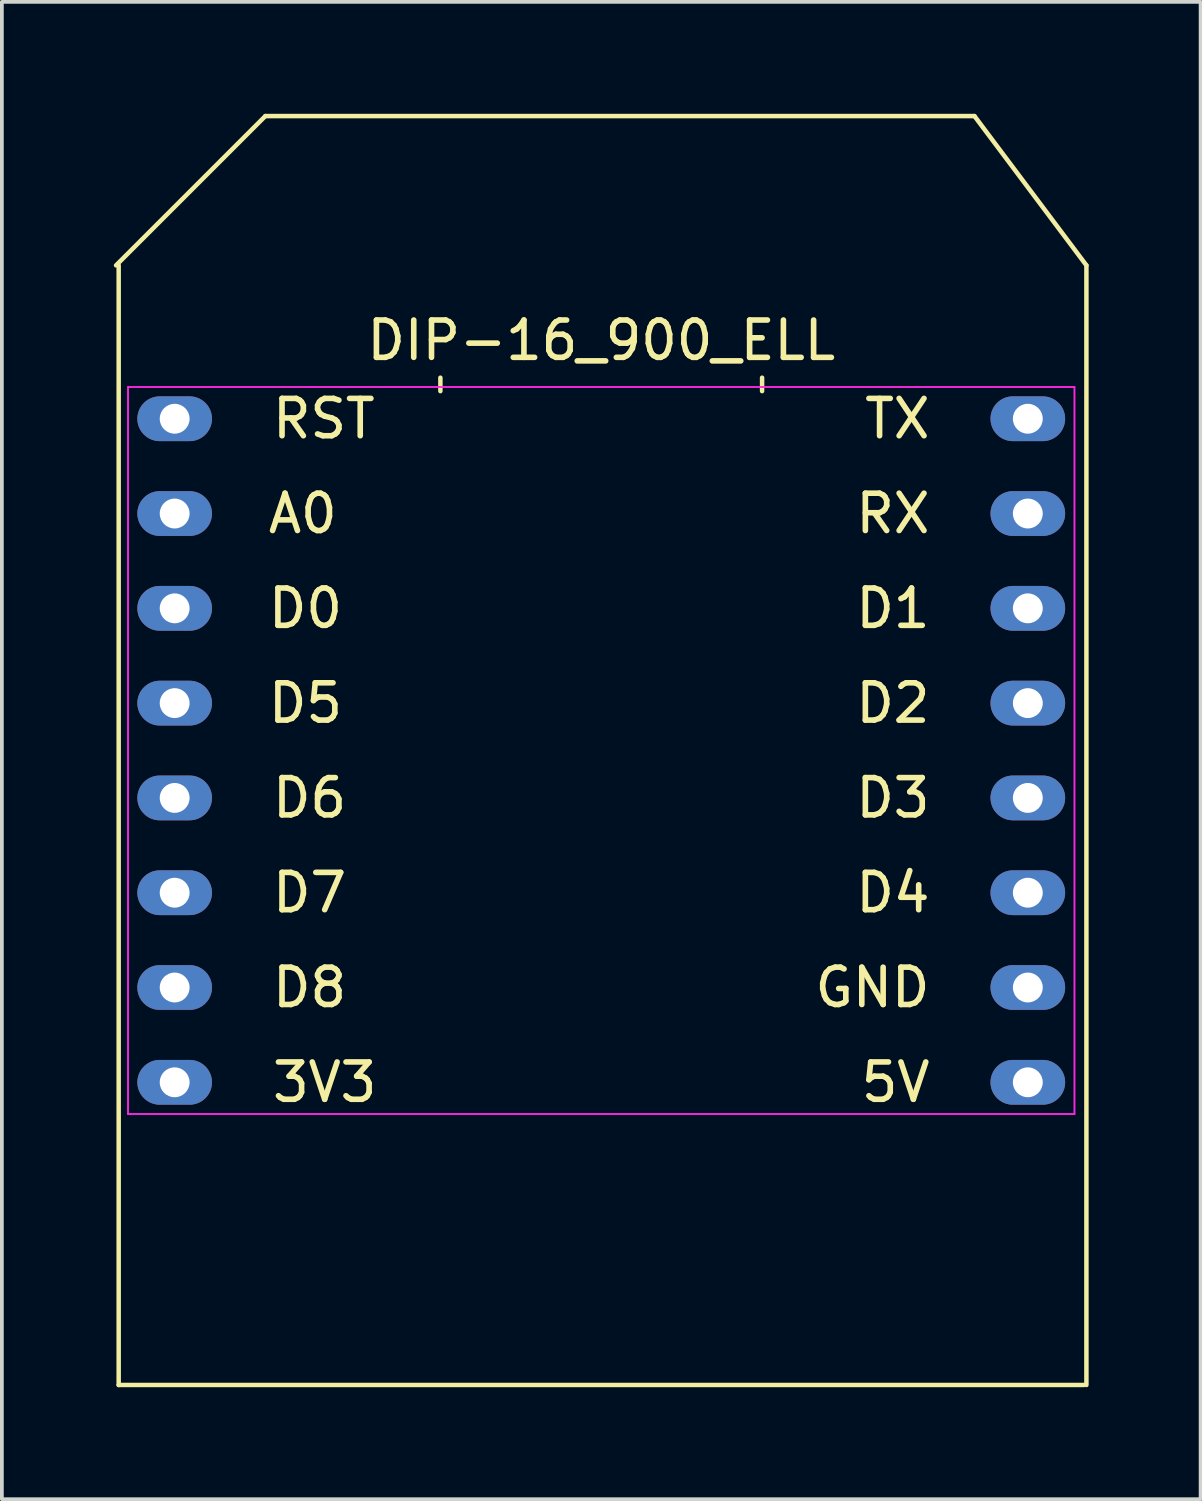
<source format=kicad_pcb>
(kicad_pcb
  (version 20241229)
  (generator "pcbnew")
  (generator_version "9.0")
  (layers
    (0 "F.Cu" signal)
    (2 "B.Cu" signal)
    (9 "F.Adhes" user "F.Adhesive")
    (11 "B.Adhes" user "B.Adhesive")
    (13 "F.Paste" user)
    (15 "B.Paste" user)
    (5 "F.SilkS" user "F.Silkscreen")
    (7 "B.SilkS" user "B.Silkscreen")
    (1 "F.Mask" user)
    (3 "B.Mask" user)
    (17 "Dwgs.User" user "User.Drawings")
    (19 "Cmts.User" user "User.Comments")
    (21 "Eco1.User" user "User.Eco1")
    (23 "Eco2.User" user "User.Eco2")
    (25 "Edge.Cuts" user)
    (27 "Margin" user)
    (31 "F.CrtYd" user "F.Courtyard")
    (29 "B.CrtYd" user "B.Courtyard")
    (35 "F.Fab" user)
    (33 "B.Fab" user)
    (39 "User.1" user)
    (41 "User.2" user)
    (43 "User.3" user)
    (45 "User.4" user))
  (footprint "DIP-16_900_ELL"
    (layer "F.Cu")
    (at 1.63 8.17)
    (property "Reference" "DIP-16_900_ELL" (at 11.43 -2.1 0) (layer "F.SilkS") (effects (font (size 1 1) (thickness 0.15))))
    (attr through_hole)
    (fp_line (start -1.5 -4.11) (end -1.5 25.89) (stroke (width 0.12) (type solid)) (layer "F.SilkS"))
    (fp_line (start -1.5 25.89) (end 24.36 25.89) (stroke (width 0.12) (type solid)) (layer "F.SilkS"))
    (fp_line (start 2.43 -8.11) (end -1.57 -4.11) (stroke (width 0.12) (type solid)) (layer "F.SilkS"))
    (fp_line (start 7.12 -0.74) (end 7.12 -1.1) (stroke (width 0.12) (type solid)) (layer "F.SilkS"))
    (fp_line (start 15.74 -1.1) (end 15.74 -0.74) (stroke (width 0.12) (type solid)) (layer "F.SilkS"))
    (fp_line (start 21.43 -8.11) (end 2.43 -8.11) (stroke (width 0.12) (type solid)) (layer "F.SilkS"))
    (fp_line (start 24.43 -4.11) (end 21.43 -8.11) (stroke (width 0.12) (type solid)) (layer "F.SilkS"))
    (fp_line (start 24.43 25.89) (end 24.43 -4.11) (stroke (width 0.12) (type solid)) (layer "F.SilkS"))
    (fp_line (start -1.25 -0.85) (end 24.11 -0.85) (stroke (width 0.05) (type solid)) (layer "F.CrtYd"))
    (fp_line (start -1.25 18.63) (end -1.25 -0.85) (stroke (width 0.05) (type solid)) (layer "F.CrtYd"))
    (fp_line (start 24.11 -0.85) (end 24.11 18.63) (stroke (width 0.05) (type solid)) (layer "F.CrtYd"))
    (fp_line (start 24.11 18.63) (end -1.25 18.63) (stroke (width 0.05) (type solid)) (layer "F.CrtYd"))
    (fp_text user "D3" (at 20.32 10.16 0) (layer "F.SilkS") (effects (font (size 1 1) (thickness 0.15)) (justify right)))
    (fp_text user "5V" (at 20.32 17.78 0) (layer "F.SilkS") (effects (font (size 1 1) (thickness 0.15)) (justify right)))
    (fp_text user "D8" (at 2.54 15.24 0) (layer "F.SilkS") (effects (font (size 1 1) (thickness 0.15)) (justify left)))
    (fp_text user "3V3" (at 2.54 17.78 0) (layer "F.SilkS") (effects (font (size 1 1) (thickness 0.15)) (justify left)))
    (fp_text user "D6" (at 2.54 10.16 0) (layer "F.SilkS") (effects (font (size 1 1) (thickness 0.15)) (justify left)))
    (fp_text user "RX" (at 20.32 2.54 0) (layer "F.SilkS") (effects (font (size 1 1) (thickness 0.15)) (justify right)))
    (fp_text user "D4" (at 20.32 12.7 0) (layer "F.SilkS") (effects (font (size 1 1) (thickness 0.15)) (justify right)))
    (fp_text user "TX" (at 20.32 0 0) (layer "F.SilkS") (effects (font (size 1 1) (thickness 0.15)) (justify right)))
    (fp_text user "D5" (at 2.43 7.62 0) (layer "F.SilkS") (effects (font (size 1 1) (thickness 0.15)) (justify left)))
    (fp_text user "D7" (at 2.54 12.7 0) (layer "F.SilkS") (effects (font (size 1 1) (thickness 0.15)) (justify left)))
    (fp_text user "A0" (at 2.43 2.54 0) (layer "F.SilkS") (effects (font (size 1 1) (thickness 0.15)) (justify left)))
    (fp_text user "D1" (at 20.32 5.08 0) (layer "F.SilkS") (effects (font (size 1 1) (thickness 0.15)) (justify right)))
    (fp_text user "D0" (at 2.43 5.08 0) (layer "F.SilkS") (effects (font (size 1 1) (thickness 0.15)) (justify left)))
    (fp_text user "D2" (at 20.32 7.62 0) (layer "F.SilkS") (effects (font (size 1 1) (thickness 0.15)) (justify right)))
    (fp_text user "GND" (at 20.32 15.24 0) (layer "F.SilkS") (effects (font (size 1 1) (thickness 0.15)) (justify right)))
    (fp_text user "RST" (at 2.54 0 0) (layer "F.SilkS") (effects (font (size 1 1) (thickness 0.15)) (justify left)))
    (pad "1" thru_hole oval (at 0 0 270) (size 1.2 2) (drill 0.8) (layers "*.Cu" "*.Mask"))
    (pad "2" thru_hole oval (at 0 2.54 270) (size 1.2 2) (drill 0.8) (layers "*.Cu" "*.Mask"))
    (pad "3" thru_hole oval (at 0 5.08 270) (size 1.2 2) (drill 0.8) (layers "*.Cu" "*.Mask"))
    (pad "4" thru_hole oval (at 0 7.62 270) (size 1.2 2) (drill 0.8) (layers "*.Cu" "*.Mask"))
    (pad "5" thru_hole oval (at 0 10.16 270) (size 1.2 2) (drill 0.8) (layers "*.Cu" "*.Mask"))
    (pad "6" thru_hole oval (at 0 12.7 270) (size 1.2 2) (drill 0.8) (layers "*.Cu" "*.Mask"))
    (pad "7" thru_hole oval (at 0 15.24 270) (size 1.2 2) (drill 0.8) (layers "*.Cu" "*.Mask"))
    (pad "8" thru_hole oval (at 0 17.78 270) (size 1.2 2) (drill 0.8) (layers "*.Cu" "*.Mask"))
    (pad "9" thru_hole oval (at 22.86 17.78 270) (size 1.2 2) (drill 0.8) (layers "*.Cu" "*.Mask"))
    (pad "10" thru_hole oval (at 22.86 15.24 270) (size 1.2 2) (drill 0.8) (layers "*.Cu" "*.Mask"))
    (pad "11" thru_hole oval (at 22.86 12.7 270) (size 1.2 2) (drill 0.8) (layers "*.Cu" "*.Mask"))
    (pad "12" thru_hole oval (at 22.86 10.16 270) (size 1.2 2) (drill 0.8) (layers "*.Cu" "*.Mask"))
    (pad "13" thru_hole oval (at 22.86 7.62 270) (size 1.2 2) (drill 0.8) (layers "*.Cu" "*.Mask"))
    (pad "14" thru_hole oval (at 22.86 5.08 270) (size 1.2 2) (drill 0.8) (layers "*.Cu" "*.Mask"))
    (pad "15" thru_hole oval (at 22.86 2.54 270) (size 1.2 2) (drill 0.8) (layers "*.Cu" "*.Mask"))
    (pad "16" thru_hole oval (at 22.86 0 270) (size 1.2 2) (drill 0.8) (layers "*.Cu" "*.Mask")))
  (gr_rect
    (start -3 -3)
    (end 29.12 37.12)
    (stroke (width 0.1) (type default))
    (fill no)
    (layer "Edge.Cuts")))
</source>
